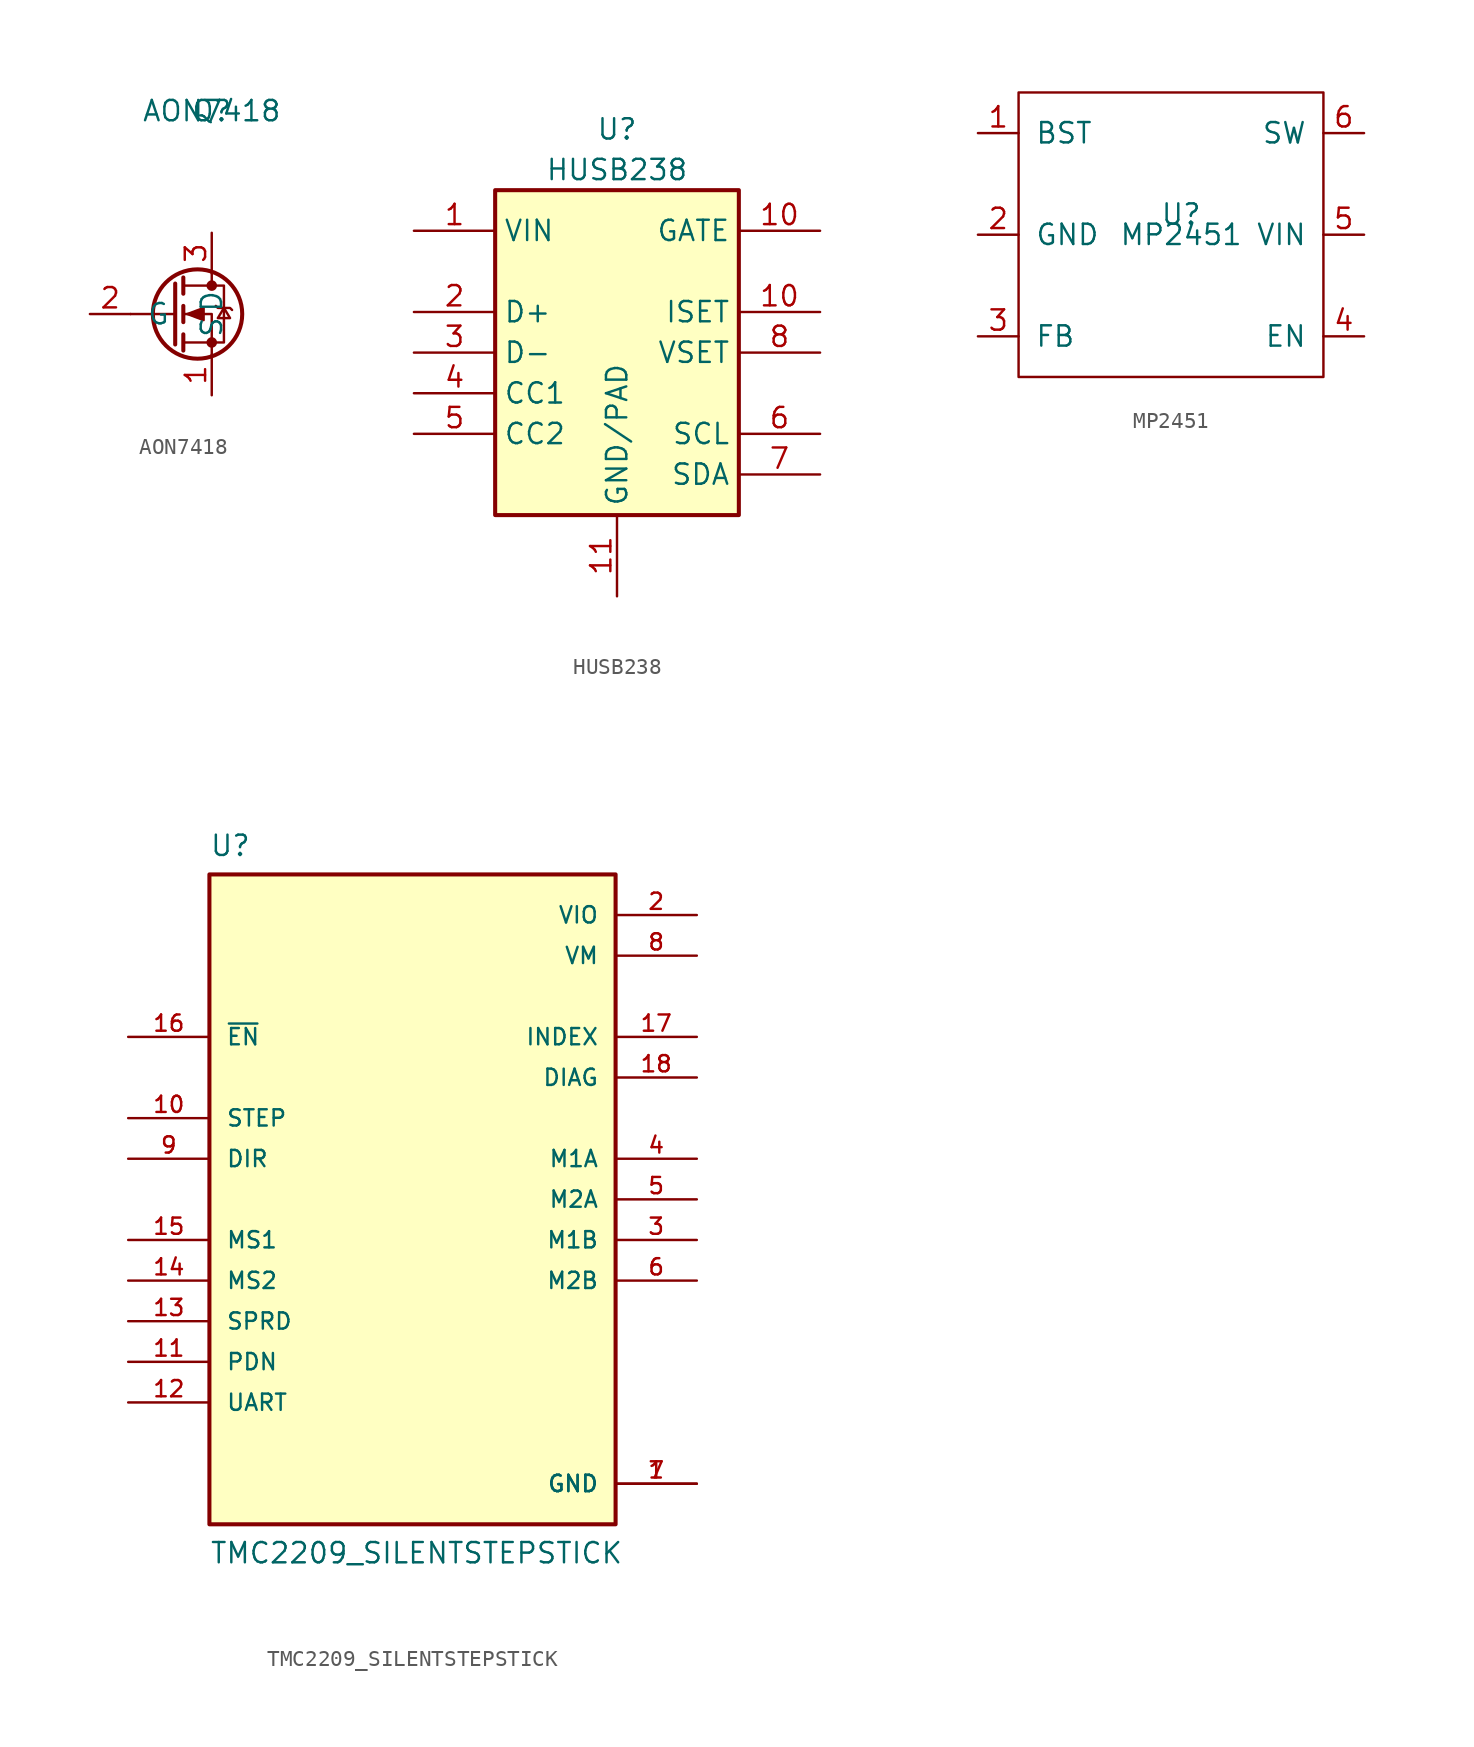
<source format=kicad_sym>
(kicad_symbol_lib
  (version 20220914)
  (generator kicad_symbol_editor)
  (symbol "AON7418"
    (pin_names
      (offset 1.016))
    (property "Reference" "Q"
      (at 0 0 0)
      (effects (font (size 1.27 1.27))))
    (property "Value" "AON7418"
      (at 0 0 0)
      (effects (font (size 1.27 1.27))))
    (symbol "AON7418_1_1"
      (circle (center -0.889 -12.7) (radius 2.794) (stroke (width 0.254) (type solid)) (fill (type none)))
      (circle (center 0 -14.478) (radius 0.254) (stroke (width 0) (type solid)) (fill (type outline)))
      (circle (center 0 -10.922) (radius 0.254) (stroke (width 0) (type solid)) (fill (type outline)))
      (polyline (pts (xy -2.286 -12.7) (xy -5.08 -12.7)) (stroke (width 0) (type solid)) (fill (type none)))
      (polyline (pts (xy -2.286 -10.795) (xy -2.286 -14.605)) (stroke (width 0.254) (type solid)) (fill (type none)))
      (polyline (pts (xy -1.778 -13.97) (xy -1.778 -14.986)) (stroke (width 0.254) (type solid)) (fill (type none)))
      (polyline (pts (xy -1.778 -12.192) (xy -1.778 -13.208)) (stroke (width 0.254) (type solid)) (fill (type none)))
      (polyline (pts (xy -1.778 -10.414) (xy -1.778 -11.43)) (stroke (width 0.254) (type solid)) (fill (type none)))
      (polyline (pts (xy 0 -10.16) (xy 0 -10.922)) (stroke (width 0) (type solid)) (fill (type none)))
      (polyline (pts (xy 0 -15.24) (xy 0 -12.7) (xy -1.778 -12.7)) (stroke (width 0) (type solid)) (fill (type none)))
      (polyline (pts (xy -1.778 -14.478) (xy 0.762 -14.478) (xy 0.762 -10.922) (xy -1.778 -10.922)) (stroke (width 0) (type solid)) (fill (type none)))
      (polyline (pts (xy -1.524 -12.7) (xy -0.508 -12.319) (xy -0.508 -13.081) (xy -1.524 -12.7)) (stroke (width 0) (type solid)) (fill (type outline)))
      (polyline (pts (xy 0.254 -12.192) (xy 0.381 -12.319) (xy 1.143 -12.319) (xy 1.27 -12.446)) (stroke (width 0) (type solid)) (fill (type none)))
      (polyline (pts (xy 0.762 -12.319) (xy 0.381 -12.954) (xy 1.143 -12.954) (xy 0.762 -12.319)) (stroke (width 0) (type solid)) (fill (type none)))
      (pin passive line (at 0 -17.78 90) (length 2.54) (name "S" (effects (font (size 1.27 1.27)))) (number "1" (effects (font (size 1.27 1.27)))))
      (pin input line (at -7.62 -12.7 0) (length 2.54) (name "G" (effects (font (size 1.27 1.27)))) (number "2" (effects (font (size 1.27 1.27)))))
      (pin passive line (at 0 -7.62 270) (length 2.54) (name "D" (effects (font (size 1.27 1.27)))) (number "3" (effects (font (size 1.27 1.27)))))))
  (symbol "HUSB238"
    (property "Reference" "U"
      (at 0 1.27 0)
      (effects (font (size 1.27 1.27))))
    (property "Value" "HUSB238"
      (at 0 -1.27 0)
      (effects (font (size 1.27 1.27))))
    (symbol "HUSB238_0_1"
      (rectangle (start -7.62 -2.54) (end 7.62 -22.86) (stroke (width 0.254) (type default)) (fill (type background))))
    (symbol "HUSB238_1_1"
      (pin power_in line (at -12.7 -5.08 0) (length 5.08) (name "VIN" (effects (font (size 1.27 1.27)))) (number "1" (effects (font (size 1.27 1.27)))))
      (pin open_collector line (at 12.7 -5.08 180) (length 5.08) (name "GATE" (effects (font (size 1.27 1.27)))) (number "10" (effects (font (size 1.27 1.27)))))
      (pin input line (at 12.7 -10.16 180) (length 5.08) (name "ISET" (effects (font (size 1.27 1.27)))) (number "10" (effects (font (size 1.27 1.27)))))
      (pin power_in line (at 0 -27.94 90) (length 5.08) (name "GND/PAD" (effects (font (size 1.27 1.27)))) (number "11" (effects (font (size 1.27 1.27)))))
      (pin bidirectional line (at -12.7 -10.16 0) (length 5.08) (name "D+" (effects (font (size 1.27 1.27)))) (number "2" (effects (font (size 1.27 1.27)))))
      (pin bidirectional line (at -12.7 -12.7 0) (length 5.08) (name "D-" (effects (font (size 1.27 1.27)))) (number "3" (effects (font (size 1.27 1.27)))))
      (pin bidirectional line (at -12.7 -15.24 0) (length 5.08) (name "CC1" (effects (font (size 1.27 1.27)))) (number "4" (effects (font (size 1.27 1.27)))))
      (pin bidirectional line (at -12.7 -17.78 0) (length 5.08) (name "CC2" (effects (font (size 1.27 1.27)))) (number "5" (effects (font (size 1.27 1.27)))))
      (pin bidirectional line (at 12.7 -17.78 180) (length 5.08) (name "SCL" (effects (font (size 1.27 1.27)))) (number "6" (effects (font (size 1.27 1.27)))))
      (pin bidirectional line (at 12.7 -20.32 180) (length 5.08) (name "SDA" (effects (font (size 1.27 1.27)))) (number "7" (effects (font (size 1.27 1.27)))))
      (pin input line (at 12.7 -12.7 180) (length 5.08) (name "VSET" (effects (font (size 1.27 1.27)))) (number "8" (effects (font (size 1.27 1.27)))))))
  (symbol "MP2451"
    (pin_names
      (offset 1.016))
    (property "Reference" "U"
      (at 0 1.27 0)
      (effects (font (size 1.27 1.27))))
    (property "Value" "MP2451"
      (at 0 0 0)
      (effects (font (size 1.27 1.27))))
    (symbol "MP2451_0_1"
      (rectangle (start -10.16 8.89) (end 8.89 -8.89) (stroke (width 0) (type solid)) (fill (type none))))
    (symbol "MP2451_1_1"
      (pin input line (at -12.7 6.35 0) (length 2.54) (name "BST" (effects (font (size 1.27 1.27)))) (number "1" (effects (font (size 1.27 1.27)))))
      (pin input line (at -12.7 0 0) (length 2.54) (name "GND" (effects (font (size 1.27 1.27)))) (number "2" (effects (font (size 1.27 1.27)))))
      (pin input line (at -12.7 -6.35 0) (length 2.54) (name "FB" (effects (font (size 1.27 1.27)))) (number "3" (effects (font (size 1.27 1.27)))))
      (pin output line (at 11.43 -6.35 180) (length 2.54) (name "EN" (effects (font (size 1.27 1.27)))) (number "4" (effects (font (size 1.27 1.27)))))
      (pin output line (at 11.43 0 180) (length 2.54) (name "VIN" (effects (font (size 1.27 1.27)))) (number "5" (effects (font (size 1.27 1.27)))))
      (pin output line (at 11.43 6.35 180) (length 2.54) (name "SW" (effects (font (size 1.27 1.27)))) (number "6" (effects (font (size 1.27 1.27)))))))
  (symbol "TMC2209_SILENTSTEPSTICK"
    (pin_names
      (offset 1.016))
    (property "Reference" "U"
      (at -12.7 22.86 0)
      (effects (font (size 1.27 1.27)) (justify left top)))
    (property "Value" "TMC2209_SILENTSTEPSTICK"
      (at -12.7 -22.86 0)
      (effects (font (size 1.27 1.27)) (justify left bottom)))
    (symbol "TMC2209_SILENTSTEPSTICK_0_0"
      (rectangle (start -12.7 -20.32) (end 12.7 20.32) (stroke (width 0.254) (type default)) (fill (type background)))
      (pin power_in line (at 17.78 -17.78 180) (length 5.08) (name "GND" (effects (font (size 1.016 1.016)))) (number "1" (effects (font (size 1.016 1.016)))))
      (pin input line (at -17.78 5.08 0) (length 5.08) (name "STEP" (effects (font (size 1.016 1.016)))) (number "10" (effects (font (size 1.016 1.016)))))
      (pin bidirectional line (at -17.78 -10.16 0) (length 5.08) (name "PDN" (effects (font (size 1.016 1.016)))) (number "11" (effects (font (size 1.016 1.016)))))
      (pin bidirectional line (at -17.78 -12.7 0) (length 5.08) (name "UART" (effects (font (size 1.016 1.016)))) (number "12" (effects (font (size 1.016 1.016)))))
      (pin input line (at -17.78 -7.62 0) (length 5.08) (name "SPRD" (effects (font (size 1.016 1.016)))) (number "13" (effects (font (size 1.016 1.016)))))
      (pin input line (at -17.78 -5.08 0) (length 5.08) (name "MS2" (effects (font (size 1.016 1.016)))) (number "14" (effects (font (size 1.016 1.016)))))
      (pin input line (at -17.78 -2.54 0) (length 5.08) (name "MS1" (effects (font (size 1.016 1.016)))) (number "15" (effects (font (size 1.016 1.016)))))
      (pin input line (at -17.78 10.16 0) (length 5.08) (name "~{EN}" (effects (font (size 1.016 1.016)))) (number "16" (effects (font (size 1.016 1.016)))))
      (pin output line (at 17.78 10.16 180) (length 5.08) (name "INDEX" (effects (font (size 1.016 1.016)))) (number "17" (effects (font (size 1.016 1.016)))))
      (pin output line (at 17.78 7.62 180) (length 5.08) (name "DIAG" (effects (font (size 1.016 1.016)))) (number "18" (effects (font (size 1.016 1.016)))))
      (pin power_in line (at 17.78 17.78 180) (length 5.08) (name "VIO" (effects (font (size 1.016 1.016)))) (number "2" (effects (font (size 1.016 1.016)))))
      (pin output line (at 17.78 -2.54 180) (length 5.08) (name "M1B" (effects (font (size 1.016 1.016)))) (number "3" (effects (font (size 1.016 1.016)))))
      (pin output line (at 17.78 2.54 180) (length 5.08) (name "M1A" (effects (font (size 1.016 1.016)))) (number "4" (effects (font (size 1.016 1.016)))))
      (pin output line (at 17.78 0 180) (length 5.08) (name "M2A" (effects (font (size 1.016 1.016)))) (number "5" (effects (font (size 1.016 1.016)))))
      (pin output line (at 17.78 -5.08 180) (length 5.08) (name "M2B" (effects (font (size 1.016 1.016)))) (number "6" (effects (font (size 1.016 1.016)))))
      (pin power_in line (at 17.78 -17.78 180) (length 5.08) (name "GND" (effects (font (size 1.016 1.016)))) (number "7" (effects (font (size 1.016 1.016)))))
      (pin power_in line (at 17.78 15.24 180) (length 5.08) (name "VM" (effects (font (size 1.016 1.016)))) (number "8" (effects (font (size 1.016 1.016)))))
      (pin input line (at -17.78 2.54 0) (length 5.08) (name "DIR" (effects (font (size 1.016 1.016)))) (number "9" (effects (font (size 1.016 1.016))))))))
</source>
